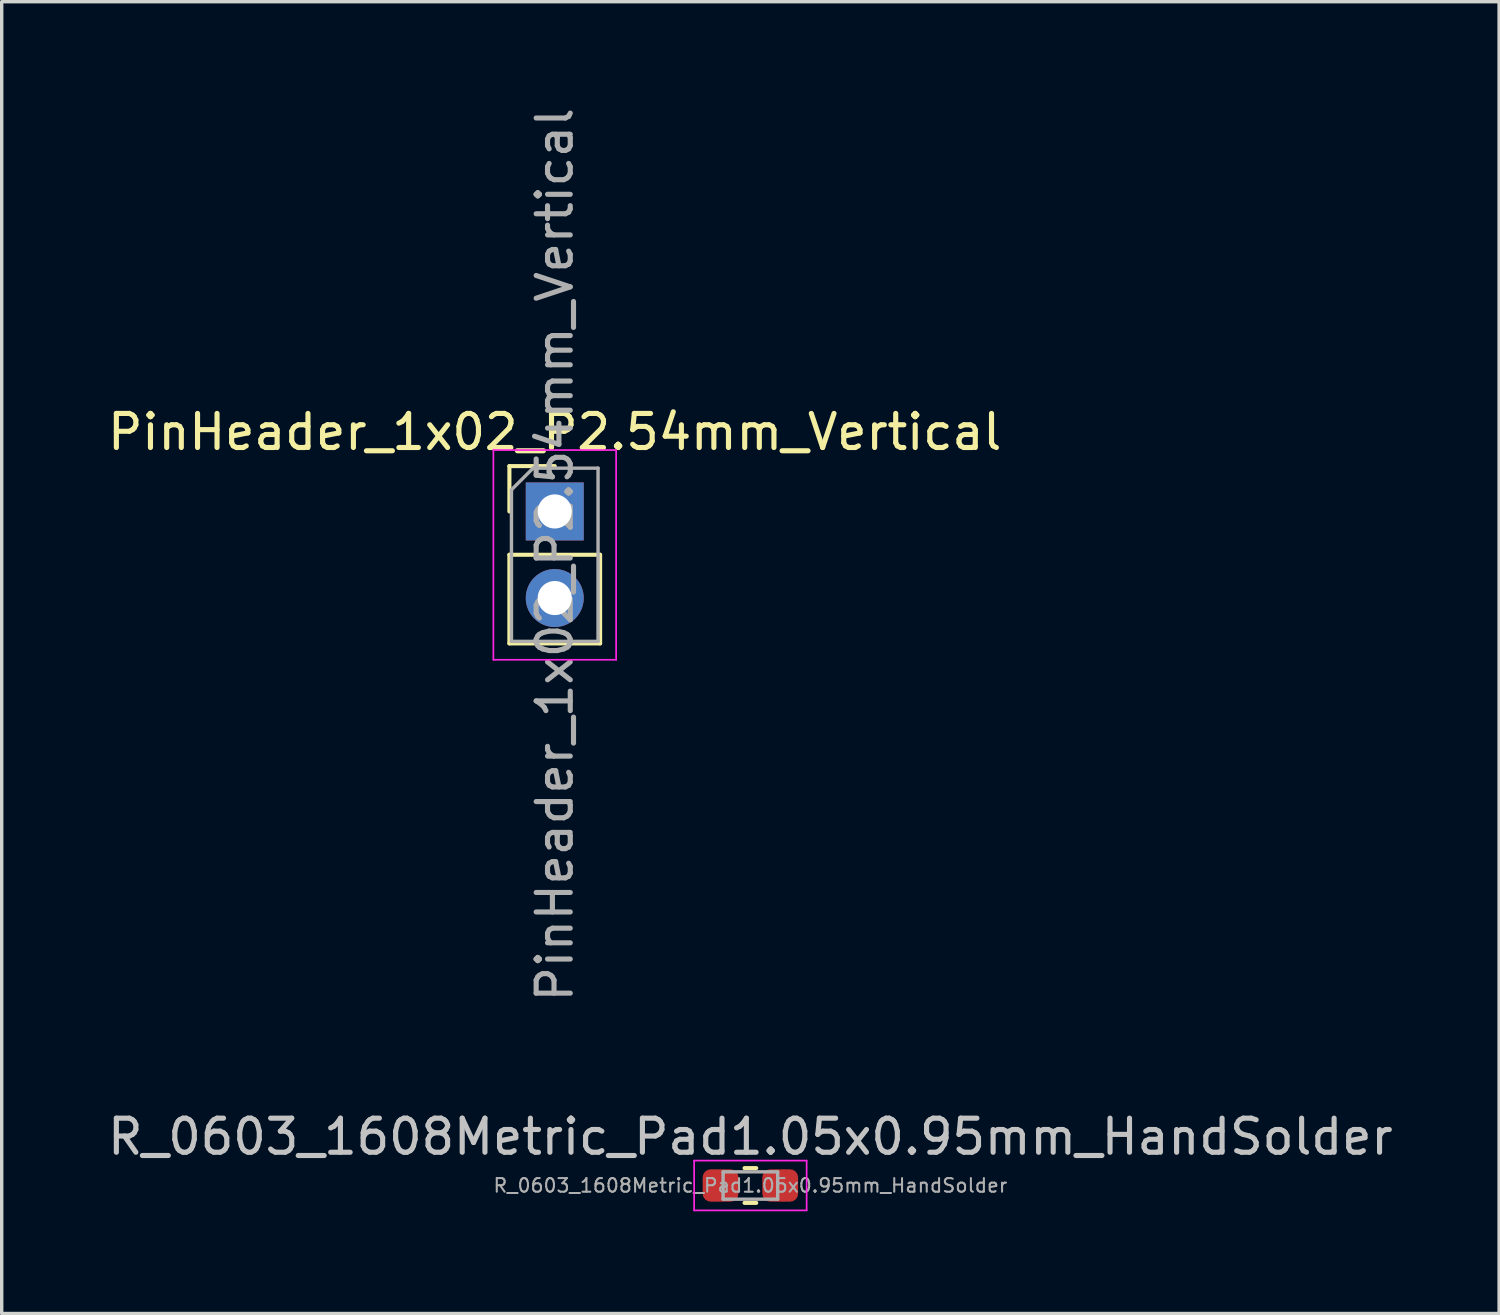
<source format=kicad_pcb>
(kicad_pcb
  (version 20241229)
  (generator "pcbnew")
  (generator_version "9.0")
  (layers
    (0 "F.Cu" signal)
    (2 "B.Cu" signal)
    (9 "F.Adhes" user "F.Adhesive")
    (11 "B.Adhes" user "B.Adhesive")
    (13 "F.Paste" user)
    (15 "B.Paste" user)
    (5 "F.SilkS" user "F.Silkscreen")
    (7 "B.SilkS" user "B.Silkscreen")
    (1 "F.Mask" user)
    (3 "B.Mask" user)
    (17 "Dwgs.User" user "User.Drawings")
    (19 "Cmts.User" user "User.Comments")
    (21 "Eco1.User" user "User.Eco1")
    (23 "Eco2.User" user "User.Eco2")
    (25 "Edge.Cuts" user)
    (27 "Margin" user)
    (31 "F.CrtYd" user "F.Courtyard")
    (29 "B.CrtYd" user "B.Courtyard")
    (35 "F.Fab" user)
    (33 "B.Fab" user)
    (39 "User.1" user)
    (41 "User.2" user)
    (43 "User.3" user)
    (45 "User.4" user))
  (footprint "PinHeader_1x02_P2.54mm_Vertical"
    (layer "F.Cu")
    (at 13.22 11.95)
    (property "Reference" "PinHeader_1x02_P2.54mm_Vertical" (at 0 -2.33 0) (layer "F.SilkS") (effects (font (size 1 1) (thickness 0.15))))
    (attr through_hole)
    (fp_line (start -1.33 -1.33) (end 0 -1.33) (stroke (width 0.12) (type solid)) (layer "F.SilkS"))
    (fp_line (start -1.33 0) (end -1.33 -1.33) (stroke (width 0.12) (type solid)) (layer "F.SilkS"))
    (fp_line (start -1.33 1.27) (end -1.33 3.87) (stroke (width 0.12) (type solid)) (layer "F.SilkS"))
    (fp_line (start -1.33 1.27) (end 1.33 1.27) (stroke (width 0.12) (type solid)) (layer "F.SilkS"))
    (fp_line (start -1.33 3.87) (end 1.33 3.87) (stroke (width 0.12) (type solid)) (layer "F.SilkS"))
    (fp_line (start 1.33 1.27) (end 1.33 3.87) (stroke (width 0.12) (type solid)) (layer "F.SilkS"))
    (fp_line (start -1.8 -1.8) (end -1.8 4.35) (stroke (width 0.05) (type solid)) (layer "F.CrtYd"))
    (fp_line (start -1.8 4.35) (end 1.8 4.35) (stroke (width 0.05) (type solid)) (layer "F.CrtYd"))
    (fp_line (start 1.8 -1.8) (end -1.8 -1.8) (stroke (width 0.05) (type solid)) (layer "F.CrtYd"))
    (fp_line (start 1.8 4.35) (end 1.8 -1.8) (stroke (width 0.05) (type solid)) (layer "F.CrtYd"))
    (fp_line (start -1.27 -0.635) (end -0.635 -1.27) (stroke (width 0.1) (type solid)) (layer "F.Fab"))
    (fp_line (start -1.27 3.81) (end -1.27 -0.635) (stroke (width 0.1) (type solid)) (layer "F.Fab"))
    (fp_line (start -0.635 -1.27) (end 1.27 -1.27) (stroke (width 0.1) (type solid)) (layer "F.Fab"))
    (fp_line (start 1.27 -1.27) (end 1.27 3.81) (stroke (width 0.1) (type solid)) (layer "F.Fab"))
    (fp_line (start 1.27 3.81) (end -1.27 3.81) (stroke (width 0.1) (type solid)) (layer "F.Fab"))
    (fp_text user "${REFERENCE}" (at 0 1.27 90) (layer "F.Fab") (effects (font (size 1 1) (thickness 0.15))))
    (pad "1" thru_hole rect (at 0 0) (size 1.7 1.7) (drill 1) (layers "*.Cu" "*.Mask"))
    (pad "2" thru_hole oval (at 0 2.54) (size 1.7 1.7) (drill 1) (layers "*.Cu" "*.Mask")))
  (footprint "R_0603_1608Metric_Pad1.05x0.95mm_HandSolder"
    (layer "F.Cu")
    (at 18.958 31.719)
    (property "Reference" "R_0603_1608Metric_Pad1.05x0.95mm_HandSolder" (at 0 -1.43 180) (layer "Dwgs.User") (effects (font (size 1 1) (thickness 0.15))))
    (attr smd)
    (fp_line (start -0.171 -0.51) (end 0.171 -0.51) (stroke (width 0.12) (type solid)) (layer "F.SilkS"))
    (fp_line (start -0.171 0.51) (end 0.171 0.51) (stroke (width 0.12) (type solid)) (layer "F.SilkS"))
    (fp_line (start -1.65 -0.73) (end 1.65 -0.73) (stroke (width 0.05) (type solid)) (layer "F.CrtYd"))
    (fp_line (start -1.65 0.73) (end -1.65 -0.73) (stroke (width 0.05) (type solid)) (layer "F.CrtYd"))
    (fp_line (start 1.65 -0.73) (end 1.65 0.73) (stroke (width 0.05) (type solid)) (layer "F.CrtYd"))
    (fp_line (start 1.65 0.73) (end -1.65 0.73) (stroke (width 0.05) (type solid)) (layer "F.CrtYd"))
    (fp_line (start -0.8 -0.4) (end 0.8 -0.4) (stroke (width 0.1) (type solid)) (layer "F.Fab"))
    (fp_line (start -0.8 0.4) (end -0.8 -0.4) (stroke (width 0.1) (type solid)) (layer "F.Fab"))
    (fp_line (start 0.8 -0.4) (end 0.8 0.4) (stroke (width 0.1) (type solid)) (layer "F.Fab"))
    (fp_line (start 0.8 0.4) (end -0.8 0.4) (stroke (width 0.1) (type solid)) (layer "F.Fab"))
    (fp_text user "${REFERENCE}" (at 0 0 180) (layer "F.Fab") (effects (font (size 0.4 0.4) (thickness 0.06))))
    (pad "1" smd roundrect (at -0.875 0) (size 1.05 0.95) (layers "F.Cu" "F.Mask" "F.Paste") (roundrect_rratio 0.25))
    (pad "2" smd roundrect (at 0.875 0) (size 1.05 0.95) (layers "F.Cu" "F.Mask" "F.Paste") (roundrect_rratio 0.25)))
  (gr_rect
    (start -3 -3)
    (end 40.917 35.474)
    (stroke (width 0.1) (type default))
    (fill no)
    (layer "Edge.Cuts")))
</source>
